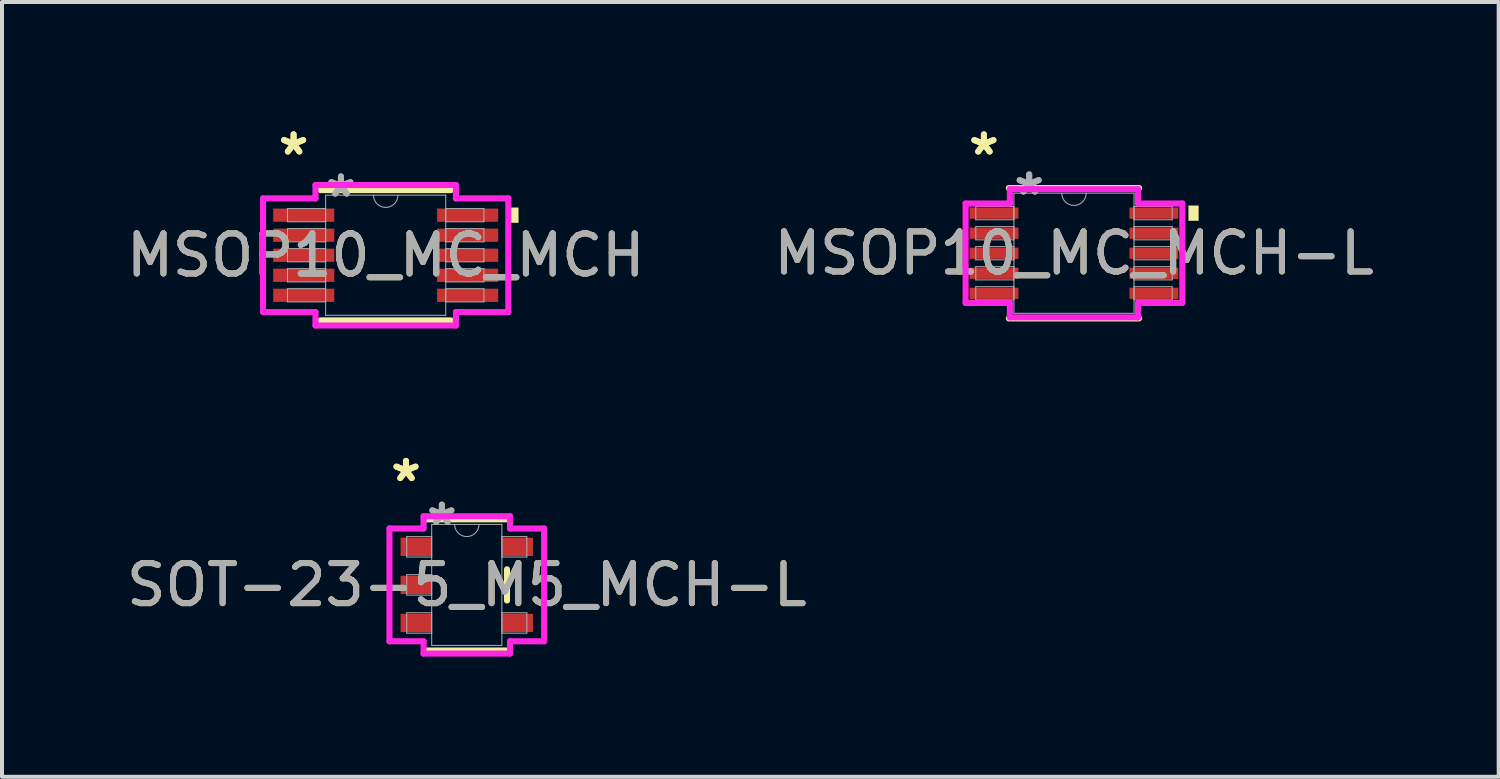
<source format=kicad_pcb>
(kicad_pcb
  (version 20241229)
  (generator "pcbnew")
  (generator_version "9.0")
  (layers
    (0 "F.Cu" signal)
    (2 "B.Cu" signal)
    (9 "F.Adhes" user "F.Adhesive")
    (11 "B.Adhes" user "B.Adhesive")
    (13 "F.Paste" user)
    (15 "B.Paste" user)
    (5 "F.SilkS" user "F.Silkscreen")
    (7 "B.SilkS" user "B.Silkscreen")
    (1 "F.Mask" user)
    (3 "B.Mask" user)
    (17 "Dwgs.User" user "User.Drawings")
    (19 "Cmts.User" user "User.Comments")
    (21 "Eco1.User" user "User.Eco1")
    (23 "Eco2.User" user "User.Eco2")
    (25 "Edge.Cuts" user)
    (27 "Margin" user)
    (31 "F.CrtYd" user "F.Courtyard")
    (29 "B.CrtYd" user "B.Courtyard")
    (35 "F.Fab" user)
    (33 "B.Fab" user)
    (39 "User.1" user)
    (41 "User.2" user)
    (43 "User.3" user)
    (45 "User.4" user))
  (footprint "SOT-23-5_M5_MCH-L"
    (layer "F.Cu")
    (at 8.601 11.549)
    (property "Reference" "SOT-23-5_M5_MCH-L" (at 0 0 0) (unlocked yes) (layer "F.SilkS") (effects (font (size 1 1) (thickness 0.15))))
    (attr smd)
    (fp_line (start -1.003 1.638) (end 1.003 1.638) (stroke (width 0.152) (type solid)) (layer "F.SilkS"))
    (fp_line (start 1.003 -1.638) (end -1.003 -1.638) (stroke (width 0.152) (type solid)) (layer "F.SilkS"))
    (fp_line (start 1.003 0.389) (end 1.003 -0.389) (stroke (width 0.152) (type solid)) (layer "F.SilkS"))
    (fp_line (start -1.93 -1.407) (end -1.079 -1.407) (stroke (width 0.152) (type solid)) (layer "F.CrtYd"))
    (fp_line (start -1.93 1.407) (end -1.93 -1.407) (stroke (width 0.152) (type solid)) (layer "F.CrtYd"))
    (fp_line (start -1.079 -1.714) (end 1.079 -1.714) (stroke (width 0.152) (type solid)) (layer "F.CrtYd"))
    (fp_line (start -1.079 -1.407) (end -1.079 -1.714) (stroke (width 0.152) (type solid)) (layer "F.CrtYd"))
    (fp_line (start -1.079 1.407) (end -1.93 1.407) (stroke (width 0.152) (type solid)) (layer "F.CrtYd"))
    (fp_line (start -1.079 1.714) (end -1.079 1.407) (stroke (width 0.152) (type solid)) (layer "F.CrtYd"))
    (fp_line (start 1.079 -1.714) (end 1.079 -1.407) (stroke (width 0.152) (type solid)) (layer "F.CrtYd"))
    (fp_line (start 1.079 -1.407) (end 1.93 -1.407) (stroke (width 0.152) (type solid)) (layer "F.CrtYd"))
    (fp_line (start 1.079 1.407) (end 1.079 1.714) (stroke (width 0.152) (type solid)) (layer "F.CrtYd"))
    (fp_line (start 1.079 1.714) (end -1.079 1.714) (stroke (width 0.152) (type solid)) (layer "F.CrtYd"))
    (fp_line (start 1.93 -1.407) (end 1.93 1.407) (stroke (width 0.152) (type solid)) (layer "F.CrtYd"))
    (fp_line (start 1.93 1.407) (end 1.079 1.407) (stroke (width 0.152) (type solid)) (layer "F.CrtYd"))
    (fp_line (start -1.499 -1.204) (end -1.499 -0.696) (stroke (width 0.025) (type solid)) (layer "F.Fab"))
    (fp_line (start -1.499 -0.696) (end -0.876 -0.696) (stroke (width 0.025) (type solid)) (layer "F.Fab"))
    (fp_line (start -1.499 -0.254) (end -1.499 0.254) (stroke (width 0.025) (type solid)) (layer "F.Fab"))
    (fp_line (start -1.499 0.254) (end -0.876 0.254) (stroke (width 0.025) (type solid)) (layer "F.Fab"))
    (fp_line (start -1.499 0.696) (end -1.499 1.204) (stroke (width 0.025) (type solid)) (layer "F.Fab"))
    (fp_line (start -1.499 1.204) (end -0.876 1.204) (stroke (width 0.025) (type solid)) (layer "F.Fab"))
    (fp_line (start -0.876 -1.511) (end -0.876 1.511) (stroke (width 0.025) (type solid)) (layer "F.Fab"))
    (fp_line (start -0.876 -1.204) (end -1.499 -1.204) (stroke (width 0.025) (type solid)) (layer "F.Fab"))
    (fp_line (start -0.876 -0.696) (end -0.876 -1.204) (stroke (width 0.025) (type solid)) (layer "F.Fab"))
    (fp_line (start -0.876 -0.254) (end -1.499 -0.254) (stroke (width 0.025) (type solid)) (layer "F.Fab"))
    (fp_line (start -0.876 0.254) (end -0.876 -0.254) (stroke (width 0.025) (type solid)) (layer "F.Fab"))
    (fp_line (start -0.876 0.696) (end -1.499 0.696) (stroke (width 0.025) (type solid)) (layer "F.Fab"))
    (fp_line (start -0.876 1.204) (end -0.876 0.696) (stroke (width 0.025) (type solid)) (layer "F.Fab"))
    (fp_line (start -0.876 1.511) (end 0.876 1.511) (stroke (width 0.025) (type solid)) (layer "F.Fab"))
    (fp_line (start 0.876 -1.511) (end -0.876 -1.511) (stroke (width 0.025) (type solid)) (layer "F.Fab"))
    (fp_line (start 0.876 -1.204) (end 0.876 -0.696) (stroke (width 0.025) (type solid)) (layer "F.Fab"))
    (fp_line (start 0.876 -0.696) (end 1.499 -0.696) (stroke (width 0.025) (type solid)) (layer "F.Fab"))
    (fp_line (start 0.876 0.696) (end 0.876 1.204) (stroke (width 0.025) (type solid)) (layer "F.Fab"))
    (fp_line (start 0.876 1.204) (end 1.499 1.204) (stroke (width 0.025) (type solid)) (layer "F.Fab"))
    (fp_line (start 0.876 1.511) (end 0.876 -1.511) (stroke (width 0.025) (type solid)) (layer "F.Fab"))
    (fp_line (start 1.499 -1.204) (end 0.876 -1.204) (stroke (width 0.025) (type solid)) (layer "F.Fab"))
    (fp_line (start 1.499 -0.696) (end 1.499 -1.204) (stroke (width 0.025) (type solid)) (layer "F.Fab"))
    (fp_line (start 1.499 0.696) (end 0.876 0.696) (stroke (width 0.025) (type solid)) (layer "F.Fab"))
    (fp_line (start 1.499 1.204) (end 1.499 0.696) (stroke (width 0.025) (type solid)) (layer "F.Fab"))
    (fp_arc (start 0.3048 -1.5113) (mid 0 -1.2065) (end -0.3048 -1.5113) (stroke (width 0.0254) (type solid)) (layer "F.Fab"))
    (fp_text user "*" (at -1.518 -2.55 0) (layer "F.SilkS") (effects (font (size 1 1) (thickness 0.15))))
    (fp_text user "*" (at -1.518 -2.55 0) (unlocked yes) (layer "F.SilkS") (effects (font (size 1 1) (thickness 0.15))))
    (fp_text user "${REFERENCE}" (at 0 0 0) (unlocked yes) (layer "F.Fab") (effects (font (size 1 1) (thickness 0.15))))
    (fp_text user "*" (at -0.622 -1.458 0) (layer "F.Fab") (effects (font (size 1 1) (thickness 0.15))))
    (fp_text user "*" (at -0.622 -1.458 0) (unlocked yes) (layer "F.Fab") (effects (font (size 1 1) (thickness 0.15))))
    (pad "1" smd rect (at -1.264 -0.95) (size 0.775 0.457) (layers "F.Cu" "F.Mask" "F.Paste"))
    (pad "2" smd rect (at -1.264 0) (size 0.775 0.457) (layers "F.Cu" "F.Mask" "F.Paste"))
    (pad "3" smd rect (at -1.264 0.95) (size 0.775 0.457) (layers "F.Cu" "F.Mask" "F.Paste"))
    (pad "4" smd rect (at 1.264 0.95) (size 0.775 0.457) (layers "F.Cu" "F.Mask" "F.Paste"))
    (pad "5" smd rect (at 1.264 -0.95) (size 0.775 0.457) (layers "F.Cu" "F.Mask" "F.Paste")))
  (footprint "MSOP10_MC_MCH-L"
    (layer "F.Cu")
    (at 23.756 3.271)
    (property "Reference" "MSOP10_MC_MCH-L" (at 0 0 0) (unlocked yes) (layer "F.SilkS") (effects (font (size 1 1) (thickness 0.15))))
    (attr smd)
    (fp_line (start -1.626 1.626) (end 1.626 1.626) (stroke (width 0.152) (type solid)) (layer "F.SilkS"))
    (fp_line (start 1.626 -1.626) (end -1.626 -1.626) (stroke (width 0.152) (type solid)) (layer "F.SilkS"))
    (fp_poly (pts (xy 3.111 -1.191) (xy 3.111 -0.81) (xy 2.857 -0.81) (xy 2.857 -1.191)) (stroke (width 0) (type solid)) (fill yes) (layer "F.SilkS"))
    (fp_line (start -2.705 -1.241) (end -1.6 -1.241) (stroke (width 0.152) (type solid)) (layer "F.CrtYd"))
    (fp_line (start -2.705 1.241) (end -2.705 -1.241) (stroke (width 0.152) (type solid)) (layer "F.CrtYd"))
    (fp_line (start -2.705 1.241) (end -1.6 1.241) (stroke (width 0.152) (type solid)) (layer "F.CrtYd"))
    (fp_line (start -1.6 -1.6) (end 1.6 -1.6) (stroke (width 0.152) (type solid)) (layer "F.CrtYd"))
    (fp_line (start -1.6 -1.241) (end -1.6 -1.6) (stroke (width 0.152) (type solid)) (layer "F.CrtYd"))
    (fp_line (start -1.6 1.6) (end -1.6 1.241) (stroke (width 0.152) (type solid)) (layer "F.CrtYd"))
    (fp_line (start 1.6 -1.6) (end 1.6 -1.241) (stroke (width 0.152) (type solid)) (layer "F.CrtYd"))
    (fp_line (start 1.6 1.241) (end 1.6 1.6) (stroke (width 0.152) (type solid)) (layer "F.CrtYd"))
    (fp_line (start 1.6 1.6) (end -1.6 1.6) (stroke (width 0.152) (type solid)) (layer "F.CrtYd"))
    (fp_line (start 2.705 -1.241) (end 1.6 -1.241) (stroke (width 0.152) (type solid)) (layer "F.CrtYd"))
    (fp_line (start 2.705 -1.241) (end 2.705 1.241) (stroke (width 0.152) (type solid)) (layer "F.CrtYd"))
    (fp_line (start 2.705 1.241) (end 1.6 1.241) (stroke (width 0.152) (type solid)) (layer "F.CrtYd"))
    (fp_line (start -2.451 -1.165) (end -2.451 -0.835) (stroke (width 0.025) (type solid)) (layer "F.Fab"))
    (fp_line (start -2.451 -0.835) (end -1.499 -0.835) (stroke (width 0.025) (type solid)) (layer "F.Fab"))
    (fp_line (start -2.451 -0.665) (end -2.451 -0.335) (stroke (width 0.025) (type solid)) (layer "F.Fab"))
    (fp_line (start -2.451 -0.335) (end -1.499 -0.335) (stroke (width 0.025) (type solid)) (layer "F.Fab"))
    (fp_line (start -2.451 -0.165) (end -2.451 0.165) (stroke (width 0.025) (type solid)) (layer "F.Fab"))
    (fp_line (start -2.451 0.165) (end -1.499 0.165) (stroke (width 0.025) (type solid)) (layer "F.Fab"))
    (fp_line (start -2.451 0.335) (end -2.451 0.665) (stroke (width 0.025) (type solid)) (layer "F.Fab"))
    (fp_line (start -2.451 0.665) (end -1.499 0.665) (stroke (width 0.025) (type solid)) (layer "F.Fab"))
    (fp_line (start -2.451 0.835) (end -2.451 1.165) (stroke (width 0.025) (type solid)) (layer "F.Fab"))
    (fp_line (start -2.451 1.165) (end -1.499 1.165) (stroke (width 0.025) (type solid)) (layer "F.Fab"))
    (fp_line (start -1.499 -1.499) (end -1.499 1.499) (stroke (width 0.025) (type solid)) (layer "F.Fab"))
    (fp_line (start -1.499 -1.165) (end -2.451 -1.165) (stroke (width 0.025) (type solid)) (layer "F.Fab"))
    (fp_line (start -1.499 -0.835) (end -1.499 -1.165) (stroke (width 0.025) (type solid)) (layer "F.Fab"))
    (fp_line (start -1.499 -0.665) (end -2.451 -0.665) (stroke (width 0.025) (type solid)) (layer "F.Fab"))
    (fp_line (start -1.499 -0.335) (end -1.499 -0.665) (stroke (width 0.025) (type solid)) (layer "F.Fab"))
    (fp_line (start -1.499 -0.165) (end -2.451 -0.165) (stroke (width 0.025) (type solid)) (layer "F.Fab"))
    (fp_line (start -1.499 0.165) (end -1.499 -0.165) (stroke (width 0.025) (type solid)) (layer "F.Fab"))
    (fp_line (start -1.499 0.335) (end -2.451 0.335) (stroke (width 0.025) (type solid)) (layer "F.Fab"))
    (fp_line (start -1.499 0.665) (end -1.499 0.335) (stroke (width 0.025) (type solid)) (layer "F.Fab"))
    (fp_line (start -1.499 0.835) (end -2.451 0.835) (stroke (width 0.025) (type solid)) (layer "F.Fab"))
    (fp_line (start -1.499 1.165) (end -1.499 0.835) (stroke (width 0.025) (type solid)) (layer "F.Fab"))
    (fp_line (start -1.499 1.499) (end 1.499 1.499) (stroke (width 0.025) (type solid)) (layer "F.Fab"))
    (fp_line (start 1.499 -1.499) (end -1.499 -1.499) (stroke (width 0.025) (type solid)) (layer "F.Fab"))
    (fp_line (start 1.499 -1.165) (end 1.499 -0.835) (stroke (width 0.025) (type solid)) (layer "F.Fab"))
    (fp_line (start 1.499 -0.835) (end 2.451 -0.835) (stroke (width 0.025) (type solid)) (layer "F.Fab"))
    (fp_line (start 1.499 -0.665) (end 1.499 -0.335) (stroke (width 0.025) (type solid)) (layer "F.Fab"))
    (fp_line (start 1.499 -0.335) (end 2.451 -0.335) (stroke (width 0.025) (type solid)) (layer "F.Fab"))
    (fp_line (start 1.499 -0.165) (end 1.499 0.165) (stroke (width 0.025) (type solid)) (layer "F.Fab"))
    (fp_line (start 1.499 0.165) (end 2.451 0.165) (stroke (width 0.025) (type solid)) (layer "F.Fab"))
    (fp_line (start 1.499 0.335) (end 1.499 0.665) (stroke (width 0.025) (type solid)) (layer "F.Fab"))
    (fp_line (start 1.499 0.665) (end 2.451 0.665) (stroke (width 0.025) (type solid)) (layer "F.Fab"))
    (fp_line (start 1.499 0.835) (end 1.499 1.165) (stroke (width 0.025) (type solid)) (layer "F.Fab"))
    (fp_line (start 1.499 1.165) (end 2.451 1.165) (stroke (width 0.025) (type solid)) (layer "F.Fab"))
    (fp_line (start 1.499 1.499) (end 1.499 -1.499) (stroke (width 0.025) (type solid)) (layer "F.Fab"))
    (fp_line (start 2.451 -1.165) (end 1.499 -1.165) (stroke (width 0.025) (type solid)) (layer "F.Fab"))
    (fp_line (start 2.451 -0.835) (end 2.451 -1.165) (stroke (width 0.025) (type solid)) (layer "F.Fab"))
    (fp_line (start 2.451 -0.665) (end 1.499 -0.665) (stroke (width 0.025) (type solid)) (layer "F.Fab"))
    (fp_line (start 2.451 -0.335) (end 2.451 -0.665) (stroke (width 0.025) (type solid)) (layer "F.Fab"))
    (fp_line (start 2.451 -0.165) (end 1.499 -0.165) (stroke (width 0.025) (type solid)) (layer "F.Fab"))
    (fp_line (start 2.451 0.165) (end 2.451 -0.165) (stroke (width 0.025) (type solid)) (layer "F.Fab"))
    (fp_line (start 2.451 0.335) (end 1.499 0.335) (stroke (width 0.025) (type solid)) (layer "F.Fab"))
    (fp_line (start 2.451 0.665) (end 2.451 0.335) (stroke (width 0.025) (type solid)) (layer "F.Fab"))
    (fp_line (start 2.451 0.835) (end 1.499 0.835) (stroke (width 0.025) (type solid)) (layer "F.Fab"))
    (fp_line (start 2.451 1.165) (end 2.451 0.835) (stroke (width 0.025) (type solid)) (layer "F.Fab"))
    (fp_arc (start 0.3048 -1.4986) (mid 0 -1.1938) (end -0.3048 -1.4986) (stroke (width 0.0254) (type solid)) (layer "F.Fab"))
    (fp_text user "*" (at -2.248 -2.422 0) (layer "F.SilkS") (effects (font (size 1 1) (thickness 0.15))))
    (fp_text user "*" (at -2.248 -2.422 0) (unlocked yes) (layer "F.SilkS") (effects (font (size 1 1) (thickness 0.15))))
    (fp_text user "*" (at -1.118 -1.422 0) (layer "F.Fab") (effects (font (size 1 1) (thickness 0.15))))
    (fp_text user "${REFERENCE}" (at 0 0 0) (unlocked yes) (layer "F.Fab") (effects (font (size 1 1) (thickness 0.15))))
    (fp_text user "*" (at -1.118 -1.422 0) (unlocked yes) (layer "F.Fab") (effects (font (size 1 1) (thickness 0.15))))
    (pad "1" smd rect (at -1.994 -1) (size 1.219 0.279) (layers "F.Cu" "F.Mask" "F.Paste"))
    (pad "2" smd rect (at -1.994 -0.5) (size 1.219 0.279) (layers "F.Cu" "F.Mask" "F.Paste"))
    (pad "3" smd rect (at -1.994 0) (size 1.219 0.279) (layers "F.Cu" "F.Mask" "F.Paste"))
    (pad "4" smd rect (at -1.994 0.5) (size 1.219 0.279) (layers "F.Cu" "F.Mask" "F.Paste"))
    (pad "5" smd rect (at -1.994 1) (size 1.219 0.279) (layers "F.Cu" "F.Mask" "F.Paste"))
    (pad "6" smd rect (at 1.994 1) (size 1.219 0.279) (layers "F.Cu" "F.Mask" "F.Paste"))
    (pad "7" smd rect (at 1.994 0.5) (size 1.219 0.279) (layers "F.Cu" "F.Mask" "F.Paste"))
    (pad "8" smd rect (at 1.994 0) (size 1.219 0.279) (layers "F.Cu" "F.Mask" "F.Paste"))
    (pad "9" smd rect (at 1.994 -0.5) (size 1.219 0.279) (layers "F.Cu" "F.Mask" "F.Paste"))
    (pad "10" smd rect (at 1.994 -1) (size 1.219 0.279) (layers "F.Cu" "F.Mask" "F.Paste")))
  (footprint "MSOP10_MC_MCH"
    (layer "F.Cu")
    (at 6.577 3.321)
    (property "Reference" "MSOP10_MC_MCH" (at 0 0 0) (unlocked yes) (layer "F.SilkS") (effects (font (size 1 1) (thickness 0.15))))
    (attr smd)
    (fp_line (start -1.626 1.626) (end 1.626 1.626) (stroke (width 0.152) (type solid)) (layer "F.SilkS"))
    (fp_line (start 1.626 -1.626) (end -1.626 -1.626) (stroke (width 0.152) (type solid)) (layer "F.SilkS"))
    (fp_poly (pts (xy 3.315 -1.191) (xy 3.315 -0.81) (xy 3.061 -0.81) (xy 3.061 -1.191)) (stroke (width 0) (type solid)) (fill yes) (layer "F.SilkS"))
    (fp_line (start -3.061 -1.419) (end -1.753 -1.419) (stroke (width 0.152) (type solid)) (layer "F.CrtYd"))
    (fp_line (start -3.061 1.419) (end -3.061 -1.419) (stroke (width 0.152) (type solid)) (layer "F.CrtYd"))
    (fp_line (start -3.061 1.419) (end -1.753 1.419) (stroke (width 0.152) (type solid)) (layer "F.CrtYd"))
    (fp_line (start -1.753 -1.753) (end 1.753 -1.753) (stroke (width 0.152) (type solid)) (layer "F.CrtYd"))
    (fp_line (start -1.753 -1.419) (end -1.753 -1.753) (stroke (width 0.152) (type solid)) (layer "F.CrtYd"))
    (fp_line (start -1.753 1.753) (end -1.753 1.419) (stroke (width 0.152) (type solid)) (layer "F.CrtYd"))
    (fp_line (start 1.753 -1.753) (end 1.753 -1.419) (stroke (width 0.152) (type solid)) (layer "F.CrtYd"))
    (fp_line (start 1.753 1.419) (end 1.753 1.753) (stroke (width 0.152) (type solid)) (layer "F.CrtYd"))
    (fp_line (start 1.753 1.753) (end -1.753 1.753) (stroke (width 0.152) (type solid)) (layer "F.CrtYd"))
    (fp_line (start 3.061 -1.419) (end 1.753 -1.419) (stroke (width 0.152) (type solid)) (layer "F.CrtYd"))
    (fp_line (start 3.061 -1.419) (end 3.061 1.419) (stroke (width 0.152) (type solid)) (layer "F.CrtYd"))
    (fp_line (start 3.061 1.419) (end 1.753 1.419) (stroke (width 0.152) (type solid)) (layer "F.CrtYd"))
    (fp_line (start -2.451 -1.165) (end -2.451 -0.835) (stroke (width 0.025) (type solid)) (layer "F.Fab"))
    (fp_line (start -2.451 -0.835) (end -1.499 -0.835) (stroke (width 0.025) (type solid)) (layer "F.Fab"))
    (fp_line (start -2.451 -0.665) (end -2.451 -0.335) (stroke (width 0.025) (type solid)) (layer "F.Fab"))
    (fp_line (start -2.451 -0.335) (end -1.499 -0.335) (stroke (width 0.025) (type solid)) (layer "F.Fab"))
    (fp_line (start -2.451 -0.165) (end -2.451 0.165) (stroke (width 0.025) (type solid)) (layer "F.Fab"))
    (fp_line (start -2.451 0.165) (end -1.499 0.165) (stroke (width 0.025) (type solid)) (layer "F.Fab"))
    (fp_line (start -2.451 0.335) (end -2.451 0.665) (stroke (width 0.025) (type solid)) (layer "F.Fab"))
    (fp_line (start -2.451 0.665) (end -1.499 0.665) (stroke (width 0.025) (type solid)) (layer "F.Fab"))
    (fp_line (start -2.451 0.835) (end -2.451 1.165) (stroke (width 0.025) (type solid)) (layer "F.Fab"))
    (fp_line (start -2.451 1.165) (end -1.499 1.165) (stroke (width 0.025) (type solid)) (layer "F.Fab"))
    (fp_line (start -1.499 -1.499) (end -1.499 1.499) (stroke (width 0.025) (type solid)) (layer "F.Fab"))
    (fp_line (start -1.499 -1.165) (end -2.451 -1.165) (stroke (width 0.025) (type solid)) (layer "F.Fab"))
    (fp_line (start -1.499 -0.835) (end -1.499 -1.165) (stroke (width 0.025) (type solid)) (layer "F.Fab"))
    (fp_line (start -1.499 -0.665) (end -2.451 -0.665) (stroke (width 0.025) (type solid)) (layer "F.Fab"))
    (fp_line (start -1.499 -0.335) (end -1.499 -0.665) (stroke (width 0.025) (type solid)) (layer "F.Fab"))
    (fp_line (start -1.499 -0.165) (end -2.451 -0.165) (stroke (width 0.025) (type solid)) (layer "F.Fab"))
    (fp_line (start -1.499 0.165) (end -1.499 -0.165) (stroke (width 0.025) (type solid)) (layer "F.Fab"))
    (fp_line (start -1.499 0.335) (end -2.451 0.335) (stroke (width 0.025) (type solid)) (layer "F.Fab"))
    (fp_line (start -1.499 0.665) (end -1.499 0.335) (stroke (width 0.025) (type solid)) (layer "F.Fab"))
    (fp_line (start -1.499 0.835) (end -2.451 0.835) (stroke (width 0.025) (type solid)) (layer "F.Fab"))
    (fp_line (start -1.499 1.165) (end -1.499 0.835) (stroke (width 0.025) (type solid)) (layer "F.Fab"))
    (fp_line (start -1.499 1.499) (end 1.499 1.499) (stroke (width 0.025) (type solid)) (layer "F.Fab"))
    (fp_line (start 1.499 -1.499) (end -1.499 -1.499) (stroke (width 0.025) (type solid)) (layer "F.Fab"))
    (fp_line (start 1.499 -1.165) (end 1.499 -0.835) (stroke (width 0.025) (type solid)) (layer "F.Fab"))
    (fp_line (start 1.499 -0.835) (end 2.451 -0.835) (stroke (width 0.025) (type solid)) (layer "F.Fab"))
    (fp_line (start 1.499 -0.665) (end 1.499 -0.335) (stroke (width 0.025) (type solid)) (layer "F.Fab"))
    (fp_line (start 1.499 -0.335) (end 2.451 -0.335) (stroke (width 0.025) (type solid)) (layer "F.Fab"))
    (fp_line (start 1.499 -0.165) (end 1.499 0.165) (stroke (width 0.025) (type solid)) (layer "F.Fab"))
    (fp_line (start 1.499 0.165) (end 2.451 0.165) (stroke (width 0.025) (type solid)) (layer "F.Fab"))
    (fp_line (start 1.499 0.335) (end 1.499 0.665) (stroke (width 0.025) (type solid)) (layer "F.Fab"))
    (fp_line (start 1.499 0.665) (end 2.451 0.665) (stroke (width 0.025) (type solid)) (layer "F.Fab"))
    (fp_line (start 1.499 0.835) (end 1.499 1.165) (stroke (width 0.025) (type solid)) (layer "F.Fab"))
    (fp_line (start 1.499 1.165) (end 2.451 1.165) (stroke (width 0.025) (type solid)) (layer "F.Fab"))
    (fp_line (start 1.499 1.499) (end 1.499 -1.499) (stroke (width 0.025) (type solid)) (layer "F.Fab"))
    (fp_line (start 2.451 -1.165) (end 1.499 -1.165) (stroke (width 0.025) (type solid)) (layer "F.Fab"))
    (fp_line (start 2.451 -0.835) (end 2.451 -1.165) (stroke (width 0.025) (type solid)) (layer "F.Fab"))
    (fp_line (start 2.451 -0.665) (end 1.499 -0.665) (stroke (width 0.025) (type solid)) (layer "F.Fab"))
    (fp_line (start 2.451 -0.335) (end 2.451 -0.665) (stroke (width 0.025) (type solid)) (layer "F.Fab"))
    (fp_line (start 2.451 -0.165) (end 1.499 -0.165) (stroke (width 0.025) (type solid)) (layer "F.Fab"))
    (fp_line (start 2.451 0.165) (end 2.451 -0.165) (stroke (width 0.025) (type solid)) (layer "F.Fab"))
    (fp_line (start 2.451 0.335) (end 1.499 0.335) (stroke (width 0.025) (type solid)) (layer "F.Fab"))
    (fp_line (start 2.451 0.665) (end 2.451 0.335) (stroke (width 0.025) (type solid)) (layer "F.Fab"))
    (fp_line (start 2.451 0.835) (end 1.499 0.835) (stroke (width 0.025) (type solid)) (layer "F.Fab"))
    (fp_line (start 2.451 1.165) (end 2.451 0.835) (stroke (width 0.025) (type solid)) (layer "F.Fab"))
    (fp_arc (start 0.3048 -1.4986) (mid 0 -1.1938) (end -0.3048 -1.4986) (stroke (width 0.0254) (type solid)) (layer "F.Fab"))
    (fp_text user "*" (at -2.299 -2.473 0) (layer "F.SilkS") (effects (font (size 1 1) (thickness 0.15))))
    (fp_text user "*" (at -2.299 -2.473 0) (unlocked yes) (layer "F.SilkS") (effects (font (size 1 1) (thickness 0.15))))
    (fp_text user "*" (at -1.118 -1.422 0) (layer "F.Fab") (effects (font (size 1 1) (thickness 0.15))))
    (fp_text user "*" (at -1.118 -1.422 0) (unlocked yes) (layer "F.Fab") (effects (font (size 1 1) (thickness 0.15))))
    (fp_text user "${REFERENCE}" (at 0 0 0) (unlocked yes) (layer "F.Fab") (effects (font (size 1 1) (thickness 0.15))))
    (pad "1" smd rect (at -2.045 -1) (size 1.524 0.33) (layers "F.Cu" "F.Mask" "F.Paste"))
    (pad "2" smd rect (at -2.045 -0.5) (size 1.524 0.33) (layers "F.Cu" "F.Mask" "F.Paste"))
    (pad "3" smd rect (at -2.045 0) (size 1.524 0.33) (layers "F.Cu" "F.Mask" "F.Paste"))
    (pad "4" smd rect (at -2.045 0.5) (size 1.524 0.33) (layers "F.Cu" "F.Mask" "F.Paste"))
    (pad "5" smd rect (at -2.045 1) (size 1.524 0.33) (layers "F.Cu" "F.Mask" "F.Paste"))
    (pad "6" smd rect (at 2.045 1) (size 1.524 0.33) (layers "F.Cu" "F.Mask" "F.Paste"))
    (pad "7" smd rect (at 2.045 0.5) (size 1.524 0.33) (layers "F.Cu" "F.Mask" "F.Paste"))
    (pad "8" smd rect (at 2.045 0) (size 1.524 0.33) (layers "F.Cu" "F.Mask" "F.Paste"))
    (pad "9" smd rect (at 2.045 -0.5) (size 1.524 0.33) (layers "F.Cu" "F.Mask" "F.Paste"))
    (pad "10" smd rect (at 2.045 -1) (size 1.524 0.33) (layers "F.Cu" "F.Mask" "F.Paste")))
  (gr_rect
    (start -3 -3)
    (end 34.357 16.339)
    (stroke (width 0.1) (type default))
    (fill no)
    (layer "Edge.Cuts")))
</source>
